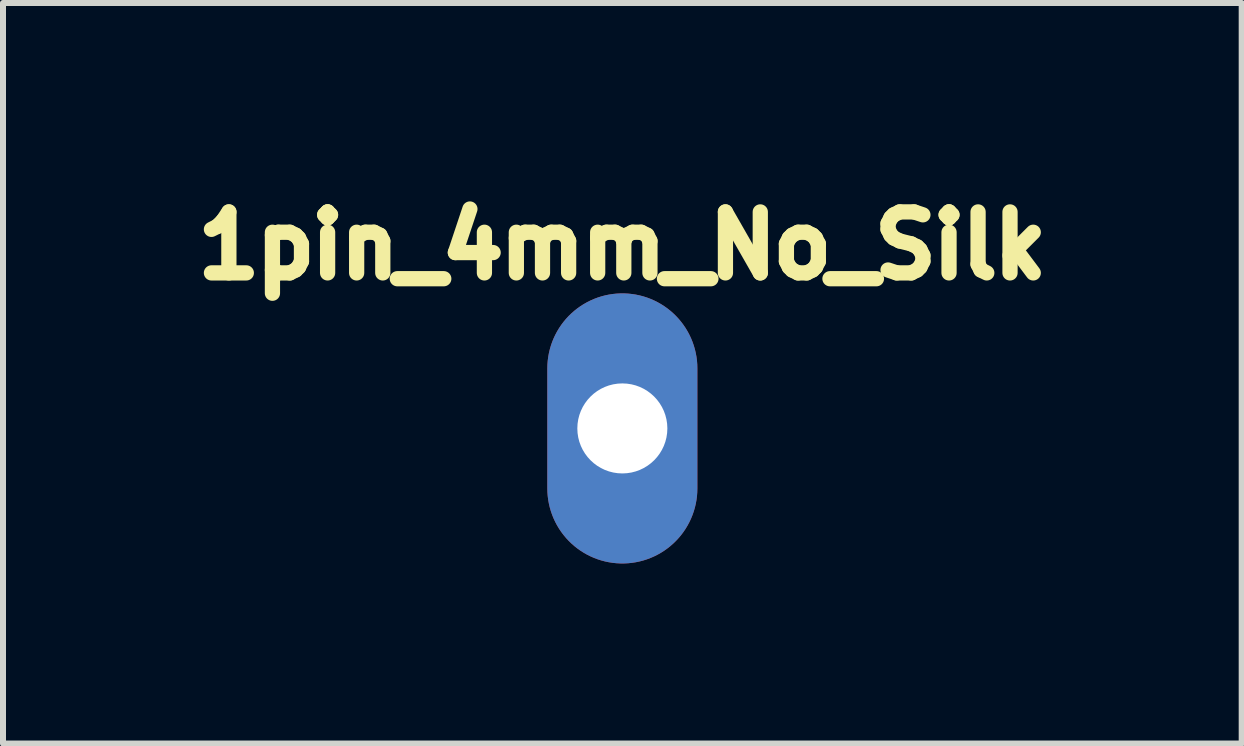
<source format=kicad_pcb>
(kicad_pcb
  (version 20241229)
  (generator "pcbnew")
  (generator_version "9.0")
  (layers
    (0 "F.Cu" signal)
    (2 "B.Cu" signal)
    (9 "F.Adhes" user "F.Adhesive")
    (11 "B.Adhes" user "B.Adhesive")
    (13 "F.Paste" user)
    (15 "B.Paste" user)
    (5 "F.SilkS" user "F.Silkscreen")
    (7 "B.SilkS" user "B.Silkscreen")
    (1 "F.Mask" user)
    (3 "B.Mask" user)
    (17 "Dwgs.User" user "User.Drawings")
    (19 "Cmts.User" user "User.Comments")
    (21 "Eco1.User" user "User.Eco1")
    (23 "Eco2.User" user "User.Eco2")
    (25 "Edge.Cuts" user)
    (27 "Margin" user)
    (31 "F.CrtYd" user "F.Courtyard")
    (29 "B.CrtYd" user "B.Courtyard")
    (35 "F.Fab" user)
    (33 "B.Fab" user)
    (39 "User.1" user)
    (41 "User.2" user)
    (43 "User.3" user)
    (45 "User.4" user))
  (footprint "1pin_4mm_No_Silk"
    (layer "F.Cu")
    (at 7.319 4.088)
    (property "Reference" "1pin_4mm_No_Silk" (at 0 -3.048 0) (layer "F.SilkS") (effects (font (size 1.016 1.016) (thickness 0.254))))
    (attr through_hole)
    (pad "1" thru_hole oval (at 0 0) (size 2.5 4.5) (drill 1.5) (layers "*.Cu" "*.Mask")))
  (gr_rect
    (start -3 -3)
    (end 17.638 9.338)
    (stroke (width 0.1) (type default))
    (fill no)
    (layer "Edge.Cuts")))
</source>
